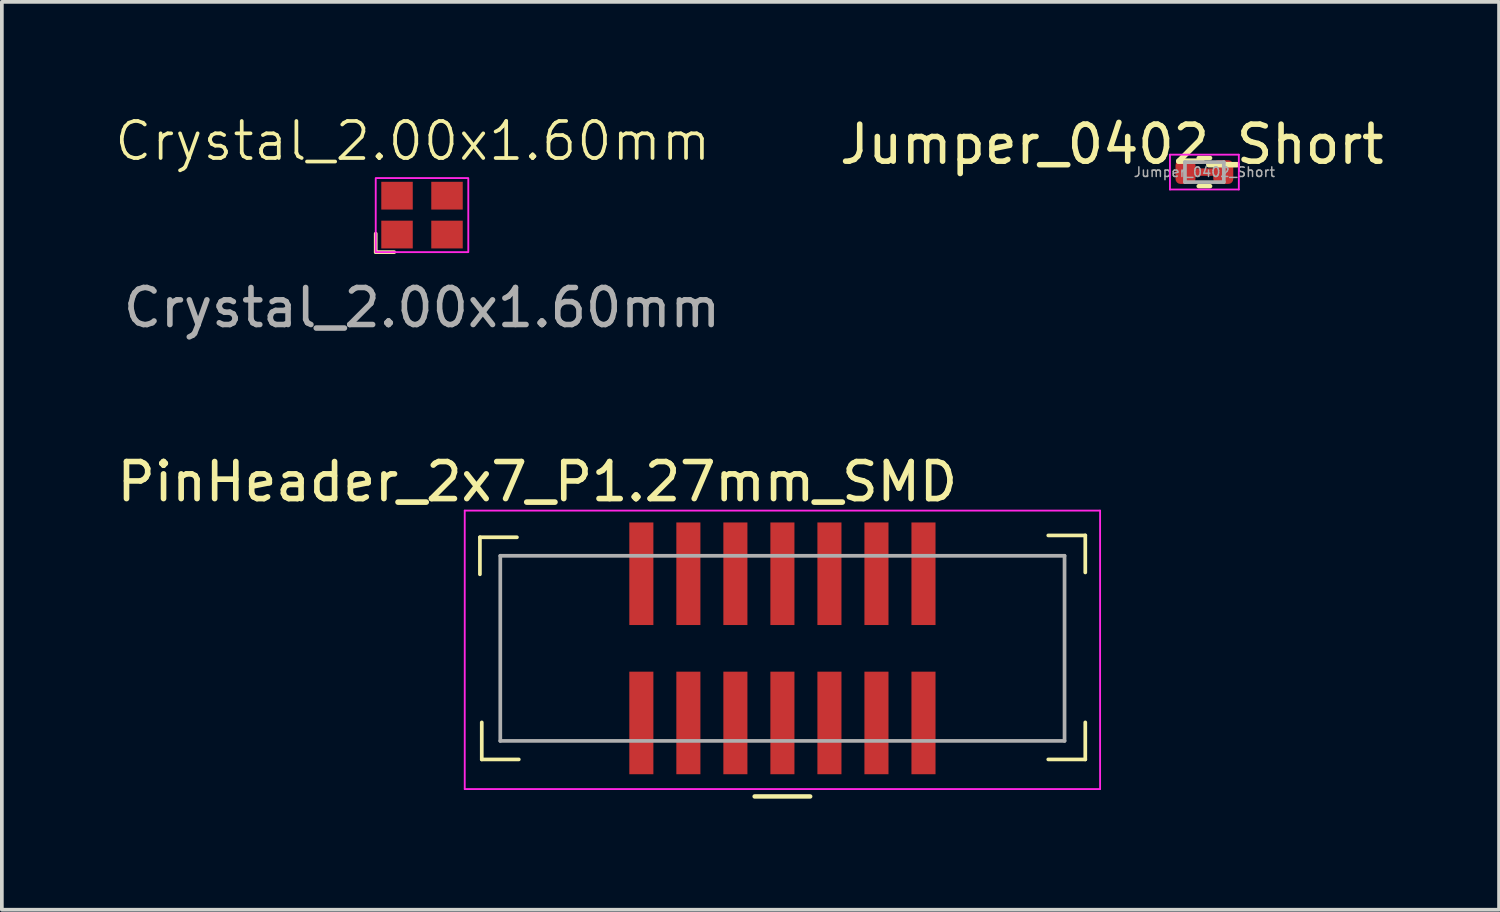
<source format=kicad_pcb>
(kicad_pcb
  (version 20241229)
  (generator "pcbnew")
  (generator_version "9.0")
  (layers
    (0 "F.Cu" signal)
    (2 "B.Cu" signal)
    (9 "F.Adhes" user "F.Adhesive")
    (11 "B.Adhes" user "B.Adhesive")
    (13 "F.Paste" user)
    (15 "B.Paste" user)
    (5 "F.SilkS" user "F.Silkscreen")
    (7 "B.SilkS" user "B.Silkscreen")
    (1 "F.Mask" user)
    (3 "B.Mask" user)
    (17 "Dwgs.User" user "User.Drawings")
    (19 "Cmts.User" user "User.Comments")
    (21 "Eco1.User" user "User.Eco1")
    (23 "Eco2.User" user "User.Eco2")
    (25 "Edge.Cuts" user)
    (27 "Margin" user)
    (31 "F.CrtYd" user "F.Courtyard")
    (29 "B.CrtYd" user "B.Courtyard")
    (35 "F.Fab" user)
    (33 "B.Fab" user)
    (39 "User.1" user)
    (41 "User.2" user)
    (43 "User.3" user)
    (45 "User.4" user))
  (footprint "Crystal_2.00x1.60mm"
    (layer "F.Cu")
    (at 8.348 2.76)
    (property "Reference" "Crystal_2.00x1.60mm" (at -0.25 -2 0) (unlocked yes) (layer "F.SilkS") (effects (font (size 1 1) (thickness 0.1))))
    (attr smd)
    (fp_line (start -1.25 0.5) (end -1.25 1) (stroke (width 0.1) (type default)) (layer "F.SilkS"))
    (fp_line (start -1.25 1) (end -0.75 1) (stroke (width 0.1) (type default)) (layer "F.SilkS"))
    (fp_rect (start -1.25 -1) (end 1.25 1) (stroke (width 0.05) (type default)) (fill no) (layer "F.CrtYd"))
    (fp_text user "${REFERENCE}" (at 0 2.5 0) (unlocked yes) (layer "F.Fab") (effects (font (size 1 1) (thickness 0.15))))
    (pad "1" smd rect (at -0.675 0.525) (size 0.85 0.75) (layers "F.Cu" "F.Mask" "F.Paste"))
    (pad "2" smd rect (at 0.675 0.525) (size 0.85 0.75) (layers "F.Cu" "F.Mask" "F.Paste"))
    (pad "3" smd rect (at 0.675 -0.525) (size 0.85 0.75) (layers "F.Cu" "F.Mask" "F.Paste"))
    (pad "4" smd rect (at -0.675 -0.525) (size 0.85 0.75) (layers "F.Cu" "F.Mask" "F.Paste")))
  (footprint "PinHeader_2x7_P1.27mm_SMD"
    (layer "F.Cu")
    (at 10.462 11.961)
    (property "Reference" "PinHeader_2x7_P1.27mm_SMD" (at 1 -2 180) (layer "F.SilkS") (effects (font (size 1 1) (thickness 0.152))))
    (attr smd)
    (fp_line (start -0.55 -0.5) (end -0.55 0.5) (stroke (width 0.1) (type solid)) (layer "F.SilkS"))
    (fp_line (start -0.55 -0.5) (end 0.45 -0.5) (stroke (width 0.1) (type solid)) (layer "F.SilkS"))
    (fp_line (start -0.5 5.5) (end -0.5 4.5) (stroke (width 0.1) (type solid)) (layer "F.SilkS"))
    (fp_line (start -0.5 5.5) (end 0.5 5.5) (stroke (width 0.1) (type solid)) (layer "F.SilkS"))
    (fp_line (start 6.87 6.5) (end 8.37 6.5) (stroke (width 0.12) (type solid)) (layer "F.SilkS"))
    (fp_line (start 15.8 -0.55) (end 14.8 -0.55) (stroke (width 0.1) (type solid)) (layer "F.SilkS"))
    (fp_line (start 15.8 -0.55) (end 15.8 0.45) (stroke (width 0.1) (type solid)) (layer "F.SilkS"))
    (fp_line (start 15.8 5.5) (end 14.8 5.5) (stroke (width 0.1) (type solid)) (layer "F.SilkS"))
    (fp_line (start 15.8 5.5) (end 15.8 4.5) (stroke (width 0.1) (type solid)) (layer "F.SilkS"))
    (fp_line (start -0.96 -1.22) (end -0.96 6.3) (stroke (width 0.05) (type solid)) (layer "F.CrtYd"))
    (fp_line (start 16.2 -1.22) (end -0.96 -1.22) (stroke (width 0.05) (type solid)) (layer "F.CrtYd"))
    (fp_line (start 16.2 -1.22) (end 16.2 6.3) (stroke (width 0.05) (type solid)) (layer "F.CrtYd"))
    (fp_line (start 16.2 6.3) (end -0.96 6.3) (stroke (width 0.05) (type solid)) (layer "F.CrtYd"))
    (fp_line (start 0 0) (end 0 5) (stroke (width 0.1) (type solid)) (layer "F.Fab"))
    (fp_line (start 0 0) (end 15.24 0) (stroke (width 0.1) (type solid)) (layer "F.Fab"))
    (fp_line (start 0 5) (end 15.24 5) (stroke (width 0.1) (type solid)) (layer "F.Fab"))
    (fp_line (start 15.24 0) (end 15.24 5) (stroke (width 0.1) (type solid)) (layer "F.Fab"))
    (pad "1" smd rect (at 3.81 4.515) (size 0.65 2.77) (layers "F.Cu" "F.Mask" "F.Paste"))
    (pad "2" smd rect (at 3.81 0.485) (size 0.65 2.77) (layers "F.Cu" "F.Mask" "F.Paste"))
    (pad "3" smd rect (at 5.08 4.515) (size 0.65 2.77) (layers "F.Cu" "F.Mask" "F.Paste"))
    (pad "4" smd rect (at 5.08 0.485) (size 0.65 2.77) (layers "F.Cu" "F.Mask" "F.Paste"))
    (pad "5" smd rect (at 6.35 4.515) (size 0.65 2.77) (layers "F.Cu" "F.Mask" "F.Paste"))
    (pad "6" smd rect (at 6.35 0.485) (size 0.65 2.77) (layers "F.Cu" "F.Mask" "F.Paste"))
    (pad "7" smd rect (at 7.62 4.515) (size 0.65 2.77) (layers "F.Cu" "F.Mask" "F.Paste"))
    (pad "8" smd rect (at 7.62 0.485) (size 0.65 2.77) (layers "F.Cu" "F.Mask" "F.Paste"))
    (pad "9" smd rect (at 8.89 4.515) (size 0.65 2.77) (layers "F.Cu" "F.Mask" "F.Paste"))
    (pad "10" smd rect (at 8.89 0.485) (size 0.65 2.77) (layers "F.Cu" "F.Mask" "F.Paste"))
    (pad "11" smd rect (at 10.16 4.515) (size 0.65 2.77) (layers "F.Cu" "F.Mask" "F.Paste"))
    (pad "12" smd rect (at 10.16 0.485) (size 0.65 2.77) (layers "F.Cu" "F.Mask" "F.Paste"))
    (pad "13" smd rect (at 11.43 4.515) (size 0.65 2.77) (layers "F.Cu" "F.Mask" "F.Paste"))
    (pad "14" smd rect (at 11.43 0.485) (size 0.65 2.77) (layers "F.Cu" "F.Mask" "F.Paste")))
  (footprint "Jumper_0402_Short"
    (layer "F.Cu")
    (at 29.479 1.598)
    (property "Reference" "Jumper_0402_Short" (at -2.5 -0.75 180) (layer "F.SilkS") (effects (font (size 1 1) (thickness 0.15))))
    (attr exclude_from_pos_files exclude_from_bom allow_soldermask_bridges)
    (fp_poly (pts (xy -0.3 -0.1) (xy 0.3 -0.1) (xy 0.3 0.1) (xy -0.3 0.1)) (stroke (width 0) (type solid)) (fill yes) (layer "F.Cu"))
    (fp_rect (start -0.5 -0.2) (end 0.51 0.2) (stroke (width 0.1) (type solid)) (fill yes) (layer "F.Mask"))
    (fp_line (start -0.154 -0.38) (end 0.154 -0.38) (stroke (width 0.12) (type solid)) (layer "F.SilkS"))
    (fp_line (start -0.154 0.38) (end 0.154 0.38) (stroke (width 0.12) (type solid)) (layer "F.SilkS"))
    (fp_line (start -0.93 -0.47) (end 0.93 -0.47) (stroke (width 0.05) (type solid)) (layer "F.CrtYd"))
    (fp_line (start -0.93 0.47) (end -0.93 -0.47) (stroke (width 0.05) (type solid)) (layer "F.CrtYd"))
    (fp_line (start 0.93 -0.47) (end 0.93 0.47) (stroke (width 0.05) (type solid)) (layer "F.CrtYd"))
    (fp_line (start 0.93 0.47) (end -0.93 0.47) (stroke (width 0.05) (type solid)) (layer "F.CrtYd"))
    (fp_line (start -0.525 -0.27) (end 0.525 -0.27) (stroke (width 0.1) (type solid)) (layer "F.Fab"))
    (fp_line (start -0.525 0.27) (end -0.525 -0.27) (stroke (width 0.1) (type solid)) (layer "F.Fab"))
    (fp_line (start 0.525 -0.27) (end 0.525 0.27) (stroke (width 0.1) (type solid)) (layer "F.Fab"))
    (fp_line (start 0.525 0.27) (end -0.525 0.27) (stroke (width 0.1) (type solid)) (layer "F.Fab"))
    (fp_text user "${REFERENCE}" (at 0 0 180) (layer "F.Fab") (effects (font (size 0.26 0.26) (thickness 0.04))))
    (pad "1" smd roundrect (at -0.51 0) (size 0.54 0.64) (layers "F.Cu" "F.Mask") (roundrect_rratio 0.25))
    (pad "2" smd roundrect (at 0.51 0) (size 0.54 0.64) (layers "F.Cu" "F.Mask") (roundrect_rratio 0.25)))
  (gr_rect
    (start -3 -3)
    (end 37.437 21.521)
    (stroke (width 0.1) (type default))
    (fill no)
    (layer "Edge.Cuts")))
</source>
